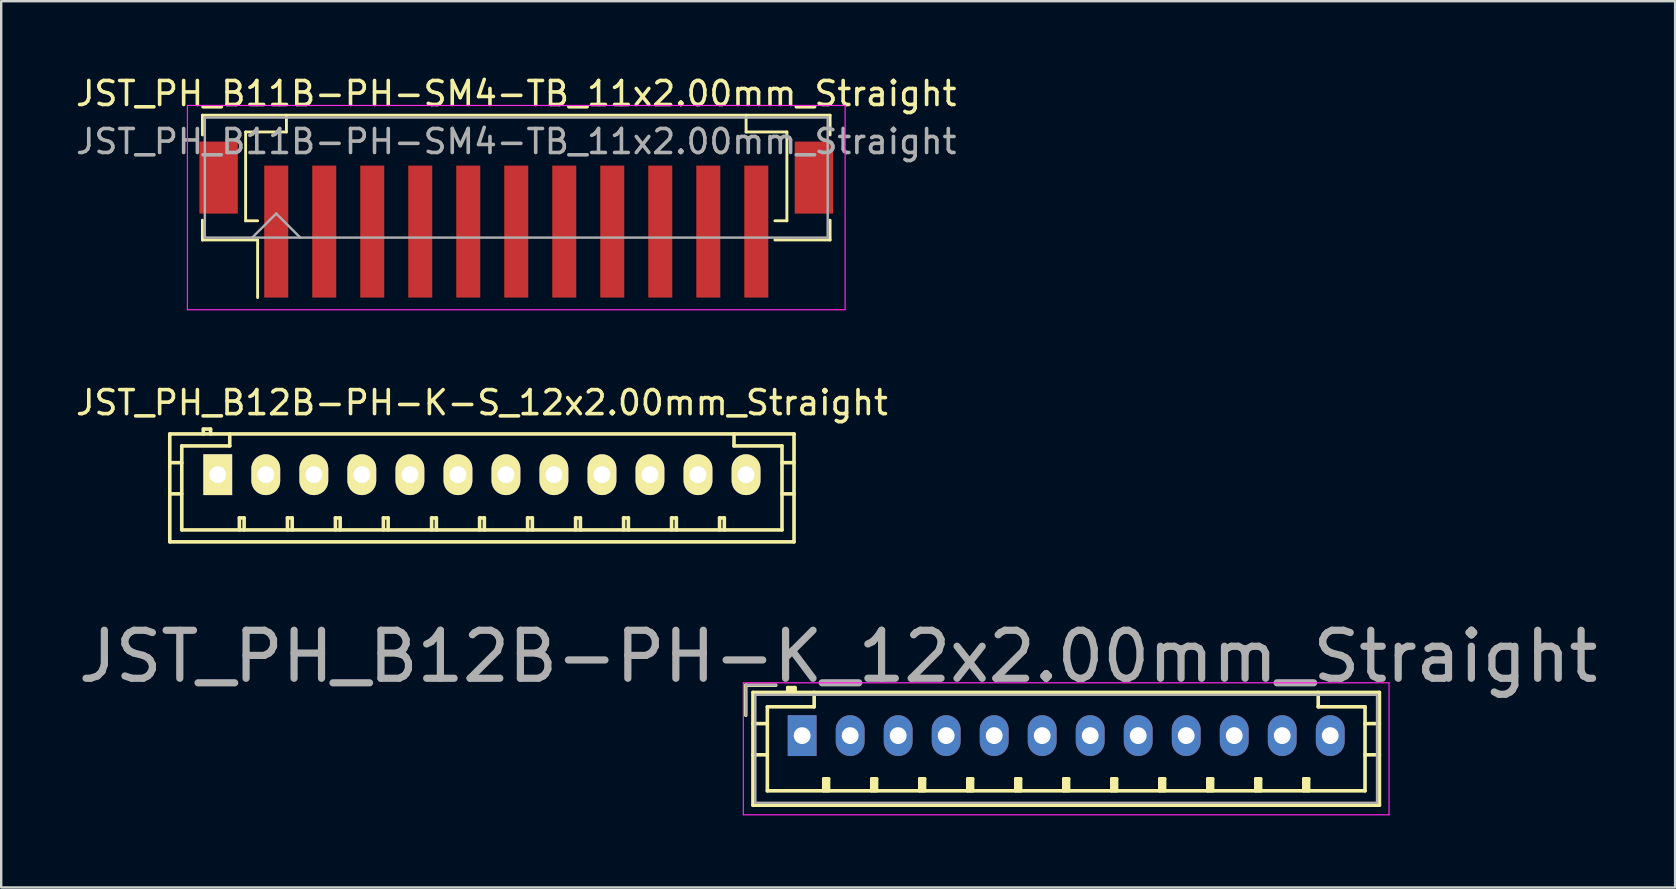
<source format=kicad_pcb>
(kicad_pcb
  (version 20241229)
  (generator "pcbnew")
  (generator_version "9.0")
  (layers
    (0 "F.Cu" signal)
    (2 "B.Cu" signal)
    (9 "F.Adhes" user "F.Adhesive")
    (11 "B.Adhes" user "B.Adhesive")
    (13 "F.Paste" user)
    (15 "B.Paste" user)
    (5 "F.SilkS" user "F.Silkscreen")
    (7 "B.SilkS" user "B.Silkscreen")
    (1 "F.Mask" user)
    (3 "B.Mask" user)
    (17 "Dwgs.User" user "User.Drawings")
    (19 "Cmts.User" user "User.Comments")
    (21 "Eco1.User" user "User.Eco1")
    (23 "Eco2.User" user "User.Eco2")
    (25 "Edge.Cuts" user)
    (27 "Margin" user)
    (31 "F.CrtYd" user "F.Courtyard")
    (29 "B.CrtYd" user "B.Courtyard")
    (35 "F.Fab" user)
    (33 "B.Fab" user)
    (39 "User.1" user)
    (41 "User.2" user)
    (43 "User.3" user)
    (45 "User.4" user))
  (footprint "JST_PH_B11B-PH-SM4-TB_11x2.00mm_Straight"
    (layer "F.Cu")
    (at 18.458 5.473)
    (property "Reference" "JST_PH_B11B-PH-SM4-TB_11x2.00mm_Straight" (at 0 -4.625 0) (layer "F.SilkS") (effects (font (size 1 1) (thickness 0.15))))
    (attr smd)
    (fp_line (start -13.075 -3.725) (end 13.075 -3.725) (stroke (width 0.12) (type solid)) (layer "F.SilkS"))
    (fp_line (start -13.075 -2.9) (end -13.075 -3.725) (stroke (width 0.12) (type solid)) (layer "F.SilkS"))
    (fp_line (start -13.075 0.65) (end -13.075 1.475) (stroke (width 0.12) (type solid)) (layer "F.SilkS"))
    (fp_line (start -13.075 1.475) (end -10.775 1.475) (stroke (width 0.12) (type solid)) (layer "F.SilkS"))
    (fp_line (start -11.275 -3.025) (end -11.275 0.675) (stroke (width 0.12) (type solid)) (layer "F.SilkS"))
    (fp_line (start -11.275 0.675) (end -10.775 0.675) (stroke (width 0.12) (type solid)) (layer "F.SilkS"))
    (fp_line (start -10.775 1.475) (end -10.775 3.875) (stroke (width 0.12) (type solid)) (layer "F.SilkS"))
    (fp_line (start -9.575 -3.725) (end -9.575 -3.025) (stroke (width 0.12) (type solid)) (layer "F.SilkS"))
    (fp_line (start -9.575 -3.025) (end -11.275 -3.025) (stroke (width 0.12) (type solid)) (layer "F.SilkS"))
    (fp_line (start 9.575 -3.725) (end 9.575 -3.025) (stroke (width 0.12) (type solid)) (layer "F.SilkS"))
    (fp_line (start 9.575 -3.025) (end 11.275 -3.025) (stroke (width 0.12) (type solid)) (layer "F.SilkS"))
    (fp_line (start 11.275 -3.025) (end 11.275 0.675) (stroke (width 0.12) (type solid)) (layer "F.SilkS"))
    (fp_line (start 11.275 0.675) (end 10.775 0.675) (stroke (width 0.12) (type solid)) (layer "F.SilkS"))
    (fp_line (start 13.075 -3.725) (end 13.075 -2.9) (stroke (width 0.12) (type solid)) (layer "F.SilkS"))
    (fp_line (start 13.075 0.65) (end 13.075 1.475) (stroke (width 0.12) (type solid)) (layer "F.SilkS"))
    (fp_line (start 13.075 1.475) (end 10.775 1.475) (stroke (width 0.12) (type solid)) (layer "F.SilkS"))
    (fp_line (start -13.7 -4.13) (end -13.7 4.38) (stroke (width 0.05) (type solid)) (layer "F.CrtYd"))
    (fp_line (start -13.7 4.38) (end 13.7 4.38) (stroke (width 0.05) (type solid)) (layer "F.CrtYd"))
    (fp_line (start 13.7 -4.13) (end -13.7 -4.13) (stroke (width 0.05) (type solid)) (layer "F.CrtYd"))
    (fp_line (start 13.7 4.38) (end 13.7 -4.13) (stroke (width 0.05) (type solid)) (layer "F.CrtYd"))
    (fp_line (start -12.975 -3.625) (end -12.975 1.375) (stroke (width 0.1) (type solid)) (layer "F.Fab"))
    (fp_line (start -12.975 1.375) (end 12.975 1.375) (stroke (width 0.1) (type solid)) (layer "F.Fab"))
    (fp_line (start -11 1.375) (end -10 0.375) (stroke (width 0.1) (type solid)) (layer "F.Fab"))
    (fp_line (start -10 0.375) (end -9 1.375) (stroke (width 0.1) (type solid)) (layer "F.Fab"))
    (fp_line (start 12.975 -3.625) (end -12.975 -3.625) (stroke (width 0.1) (type solid)) (layer "F.Fab"))
    (fp_line (start 12.975 1.375) (end 12.975 -3.625) (stroke (width 0.1) (type solid)) (layer "F.Fab"))
    (fp_text user "${REFERENCE}" (at 0 -2.625 0) (layer "F.Fab") (effects (font (size 1 1) (thickness 0.15))))
    (pad "" smd rect (at -12.4 -1.125) (size 1.6 3) (layers "F.Cu" "F.Mask" "F.Paste"))
    (pad "" smd rect (at 12.4 -1.125) (size 1.6 3) (layers "F.Cu" "F.Mask" "F.Paste"))
    (pad "1" smd rect (at -10 1.125) (size 1 5.5) (layers "F.Cu" "F.Mask" "F.Paste"))
    (pad "2" smd rect (at -8 1.125) (size 1 5.5) (layers "F.Cu" "F.Mask" "F.Paste"))
    (pad "3" smd rect (at -6 1.125) (size 1 5.5) (layers "F.Cu" "F.Mask" "F.Paste"))
    (pad "4" smd rect (at -4 1.125) (size 1 5.5) (layers "F.Cu" "F.Mask" "F.Paste"))
    (pad "5" smd rect (at -2 1.125) (size 1 5.5) (layers "F.Cu" "F.Mask" "F.Paste"))
    (pad "6" smd rect (at 0 1.125) (size 1 5.5) (layers "F.Cu" "F.Mask" "F.Paste"))
    (pad "7" smd rect (at 2 1.125) (size 1 5.5) (layers "F.Cu" "F.Mask" "F.Paste"))
    (pad "8" smd rect (at 4 1.125) (size 1 5.5) (layers "F.Cu" "F.Mask" "F.Paste"))
    (pad "9" smd rect (at 6 1.125) (size 1 5.5) (layers "F.Cu" "F.Mask" "F.Paste"))
    (pad "10" smd rect (at 8 1.125) (size 1 5.5) (layers "F.Cu" "F.Mask" "F.Paste"))
    (pad "11" smd rect (at 10 1.125) (size 1 5.5) (layers "F.Cu" "F.Mask" "F.Paste")))
  (footprint "JST_PH_B12B-PH-K-S_12x2.00mm_Straight"
    (layer "F.Cu")
    (at 6.03 16.726)
    (property "Reference" "JST_PH_B12B-PH-K-S_12x2.00mm_Straight" (at 11 -3 0) (layer "F.SilkS") (effects (font (size 1 1) (thickness 0.15))))
    (attr through_hole)
    (fp_line (start -2.007 -1.699) (end -2.007 2.799) (stroke (width 0.15) (type solid)) (layer "F.SilkS"))
    (fp_line (start -2 -1.699) (end 24 -1.699) (stroke (width 0.15) (type solid)) (layer "F.SilkS"))
    (fp_line (start -2 2.799) (end 24 2.799) (stroke (width 0.15) (type solid)) (layer "F.SilkS"))
    (fp_line (start -1.507 -1.199) (end -1.507 2.301) (stroke (width 0.15) (type solid)) (layer "F.SilkS"))
    (fp_line (start -1.507 -0.5) (end -2.007 -0.5) (stroke (width 0.15) (type solid)) (layer "F.SilkS"))
    (fp_line (start -1.507 0.8) (end -2.007 0.8) (stroke (width 0.15) (type solid)) (layer "F.SilkS"))
    (fp_line (start -0.608 -1.9) (end -0.608 -1.699) (stroke (width 0.15) (type solid)) (layer "F.SilkS"))
    (fp_line (start -0.308 -1.9) (end -0.608 -1.9) (stroke (width 0.15) (type solid)) (layer "F.SilkS"))
    (fp_line (start -0.308 -1.699) (end -0.308 -1.9) (stroke (width 0.15) (type solid)) (layer "F.SilkS"))
    (fp_line (start 0.492 -1.699) (end 0.492 -1.199) (stroke (width 0.15) (type solid)) (layer "F.SilkS"))
    (fp_line (start 0.492 -1.199) (end -1.507 -1.199) (stroke (width 0.15) (type solid)) (layer "F.SilkS"))
    (fp_line (start 0.893 1.801) (end 1.091 1.801) (stroke (width 0.15) (type solid)) (layer "F.SilkS"))
    (fp_line (start 0.893 2.301) (end 0.893 1.801) (stroke (width 0.15) (type solid)) (layer "F.SilkS"))
    (fp_line (start 1.091 1.801) (end 1.091 2.301) (stroke (width 0.15) (type solid)) (layer "F.SilkS"))
    (fp_line (start 2.895 1.801) (end 3.093 1.801) (stroke (width 0.15) (type solid)) (layer "F.SilkS"))
    (fp_line (start 2.895 2.301) (end 2.895 1.801) (stroke (width 0.15) (type solid)) (layer "F.SilkS"))
    (fp_line (start 3.093 1.801) (end 3.093 2.301) (stroke (width 0.15) (type solid)) (layer "F.SilkS"))
    (fp_line (start 4.894 1.801) (end 5.092 1.801) (stroke (width 0.15) (type solid)) (layer "F.SilkS"))
    (fp_line (start 4.894 2.301) (end 4.894 1.801) (stroke (width 0.15) (type solid)) (layer "F.SilkS"))
    (fp_line (start 5.092 1.801) (end 5.092 2.301) (stroke (width 0.15) (type solid)) (layer "F.SilkS"))
    (fp_line (start 6.893 1.801) (end 7.091 1.801) (stroke (width 0.15) (type solid)) (layer "F.SilkS"))
    (fp_line (start 6.893 2.301) (end 6.893 1.801) (stroke (width 0.15) (type solid)) (layer "F.SilkS"))
    (fp_line (start 7.091 1.801) (end 7.091 2.301) (stroke (width 0.15) (type solid)) (layer "F.SilkS"))
    (fp_line (start 8.902 1.801) (end 9.1 1.801) (stroke (width 0.15) (type solid)) (layer "F.SilkS"))
    (fp_line (start 8.902 2.301) (end 8.902 1.801) (stroke (width 0.15) (type solid)) (layer "F.SilkS"))
    (fp_line (start 9.1 1.801) (end 9.1 2.301) (stroke (width 0.15) (type solid)) (layer "F.SilkS"))
    (fp_line (start 10.901 1.801) (end 11.099 1.801) (stroke (width 0.15) (type solid)) (layer "F.SilkS"))
    (fp_line (start 10.901 2.301) (end 10.901 1.801) (stroke (width 0.15) (type solid)) (layer "F.SilkS"))
    (fp_line (start 11.099 1.801) (end 11.099 2.301) (stroke (width 0.15) (type solid)) (layer "F.SilkS"))
    (fp_line (start 12.9 1.801) (end 13.098 1.801) (stroke (width 0.15) (type solid)) (layer "F.SilkS"))
    (fp_line (start 12.9 2.301) (end 12.9 1.801) (stroke (width 0.15) (type solid)) (layer "F.SilkS"))
    (fp_line (start 13.098 1.801) (end 13.098 2.301) (stroke (width 0.15) (type solid)) (layer "F.SilkS"))
    (fp_line (start 14.901 1.801) (end 15.1 1.801) (stroke (width 0.15) (type solid)) (layer "F.SilkS"))
    (fp_line (start 14.901 2.301) (end 14.901 1.801) (stroke (width 0.15) (type solid)) (layer "F.SilkS"))
    (fp_line (start 15.1 1.801) (end 15.1 2.301) (stroke (width 0.15) (type solid)) (layer "F.SilkS"))
    (fp_line (start 16.9 1.801) (end 17.099 1.801) (stroke (width 0.15) (type solid)) (layer "F.SilkS"))
    (fp_line (start 16.9 2.301) (end 16.9 1.801) (stroke (width 0.15) (type solid)) (layer "F.SilkS"))
    (fp_line (start 17.099 1.801) (end 17.099 2.301) (stroke (width 0.15) (type solid)) (layer "F.SilkS"))
    (fp_line (start 18.899 1.801) (end 19.098 1.801) (stroke (width 0.15) (type solid)) (layer "F.SilkS"))
    (fp_line (start 18.899 2.301) (end 18.899 1.801) (stroke (width 0.15) (type solid)) (layer "F.SilkS"))
    (fp_line (start 19.098 1.801) (end 19.098 2.301) (stroke (width 0.15) (type solid)) (layer "F.SilkS"))
    (fp_line (start 20.898 1.801) (end 21.096 1.801) (stroke (width 0.15) (type solid)) (layer "F.SilkS"))
    (fp_line (start 20.898 2.301) (end 20.898 1.801) (stroke (width 0.15) (type solid)) (layer "F.SilkS"))
    (fp_line (start 21.096 1.801) (end 21.096 2.301) (stroke (width 0.15) (type solid)) (layer "F.SilkS"))
    (fp_line (start 21.5 -1.199) (end 21.5 -1.699) (stroke (width 0.15) (type solid)) (layer "F.SilkS"))
    (fp_line (start 23.499 -1.199) (end 21.5 -1.199) (stroke (width 0.15) (type solid)) (layer "F.SilkS"))
    (fp_line (start 23.499 0.8) (end 24 0.8) (stroke (width 0.15) (type solid)) (layer "F.SilkS"))
    (fp_line (start 23.499 2.301) (end -1.499 2.301) (stroke (width 0.15) (type solid)) (layer "F.SilkS"))
    (fp_line (start 23.499 2.301) (end 23.499 -1.199) (stroke (width 0.15) (type solid)) (layer "F.SilkS"))
    (fp_line (start 24 -1.699) (end 24 2.799) (stroke (width 0.15) (type solid)) (layer "F.SilkS"))
    (fp_line (start 24 -0.5) (end 23.499 -0.5) (stroke (width 0.15) (type solid)) (layer "F.SilkS"))
    (pad "1" thru_hole rect (at -0.008 0) (size 1.199 1.699) (drill 0.701) (layers "*.Cu" "*.Mask" "F.SilkS"))
    (pad "2" thru_hole oval (at 1.993 0) (size 1.199 1.699) (drill 0.701) (layers "*.Cu" "*.Mask" "F.SilkS"))
    (pad "3" thru_hole oval (at 3.995 0) (size 1.199 1.699) (drill 0.701) (layers "*.Cu" "*.Mask" "F.SilkS"))
    (pad "4" thru_hole oval (at 5.994 0) (size 1.199 1.699) (drill 0.701) (layers "*.Cu" "*.Mask" "F.SilkS"))
    (pad "5" thru_hole oval (at 7.998 0) (size 1.199 1.699) (drill 0.701) (layers "*.Cu" "*.Mask" "F.SilkS"))
    (pad "6" thru_hole oval (at 9.999 0) (size 1.199 1.699) (drill 0.701) (layers "*.Cu" "*.Mask" "F.SilkS"))
    (pad "7" thru_hole oval (at 11.998 0) (size 1.199 1.699) (drill 0.701) (layers "*.Cu" "*.Mask" "F.SilkS"))
    (pad "8" thru_hole oval (at 13.997 0) (size 1.199 1.699) (drill 0.701) (layers "*.Cu" "*.Mask" "F.SilkS"))
    (pad "9" thru_hole oval (at 15.999 0) (size 1.199 1.699) (drill 0.701) (layers "*.Cu" "*.Mask" "F.SilkS"))
    (pad "10" thru_hole oval (at 17.998 0) (size 1.199 1.699) (drill 0.701) (layers "*.Cu" "*.Mask" "F.SilkS"))
    (pad "11" thru_hole oval (at 19.999 0) (size 1.199 1.699) (drill 0.701) (layers "*.Cu" "*.Mask" "F.SilkS"))
    (pad "12" thru_hole oval (at 22.001 0) (size 1.199 1.699) (drill 0.701) (layers "*.Cu" "*.Mask" "F.SilkS")))
  (footprint "JST_PH_B12B-PH-K_12x2.00mm_Straight"
    (layer "F.Cu")
    (at 30.369 27.597)
    (property "Reference" "JST_PH_B12B-PH-K_12x2.00mm_Straight" (at 1.5 -3.3 0) (layer "F.Fab") (effects (font (size 2 2) (thickness 0.3))))
    (attr through_hole)
    (fp_line (start -2.35 -2.1) (end -2.35 -0.85) (stroke (width 0.15) (type solid)) (layer "F.SilkS"))
    (fp_line (start -2.05 -1.8) (end -2.05 2.9) (stroke (width 0.15) (type solid)) (layer "F.SilkS"))
    (fp_line (start -2.05 -0.5) (end -1.45 -0.5) (stroke (width 0.15) (type solid)) (layer "F.SilkS"))
    (fp_line (start -2.05 0.8) (end -1.45 0.8) (stroke (width 0.15) (type solid)) (layer "F.SilkS"))
    (fp_line (start -2.05 2.9) (end 24.05 2.9) (stroke (width 0.15) (type solid)) (layer "F.SilkS"))
    (fp_line (start -1.45 -1.2) (end -1.45 2.3) (stroke (width 0.15) (type solid)) (layer "F.SilkS"))
    (fp_line (start -1.45 2.3) (end 23.45 2.3) (stroke (width 0.15) (type solid)) (layer "F.SilkS"))
    (fp_line (start -1.1 -2.1) (end -2.35 -2.1) (stroke (width 0.15) (type solid)) (layer "F.SilkS"))
    (fp_line (start -0.6 -2) (end -0.6 -1.8) (stroke (width 0.15) (type solid)) (layer "F.SilkS"))
    (fp_line (start -0.3 -2) (end -0.6 -2) (stroke (width 0.15) (type solid)) (layer "F.SilkS"))
    (fp_line (start -0.3 -1.9) (end -0.6 -1.9) (stroke (width 0.15) (type solid)) (layer "F.SilkS"))
    (fp_line (start -0.3 -1.8) (end -0.3 -2) (stroke (width 0.15) (type solid)) (layer "F.SilkS"))
    (fp_line (start 0.5 -1.8) (end 0.5 -1.2) (stroke (width 0.15) (type solid)) (layer "F.SilkS"))
    (fp_line (start 0.5 -1.2) (end -1.45 -1.2) (stroke (width 0.15) (type solid)) (layer "F.SilkS"))
    (fp_line (start 0.9 1.8) (end 1.1 1.8) (stroke (width 0.15) (type solid)) (layer "F.SilkS"))
    (fp_line (start 0.9 2.3) (end 0.9 1.8) (stroke (width 0.15) (type solid)) (layer "F.SilkS"))
    (fp_line (start 1 2.3) (end 1 1.8) (stroke (width 0.15) (type solid)) (layer "F.SilkS"))
    (fp_line (start 1.1 1.8) (end 1.1 2.3) (stroke (width 0.15) (type solid)) (layer "F.SilkS"))
    (fp_line (start 2.9 1.8) (end 3.1 1.8) (stroke (width 0.15) (type solid)) (layer "F.SilkS"))
    (fp_line (start 2.9 2.3) (end 2.9 1.8) (stroke (width 0.15) (type solid)) (layer "F.SilkS"))
    (fp_line (start 3 2.3) (end 3 1.8) (stroke (width 0.15) (type solid)) (layer "F.SilkS"))
    (fp_line (start 3.1 1.8) (end 3.1 2.3) (stroke (width 0.15) (type solid)) (layer "F.SilkS"))
    (fp_line (start 4.9 1.8) (end 5.1 1.8) (stroke (width 0.15) (type solid)) (layer "F.SilkS"))
    (fp_line (start 4.9 2.3) (end 4.9 1.8) (stroke (width 0.15) (type solid)) (layer "F.SilkS"))
    (fp_line (start 5 2.3) (end 5 1.8) (stroke (width 0.15) (type solid)) (layer "F.SilkS"))
    (fp_line (start 5.1 1.8) (end 5.1 2.3) (stroke (width 0.15) (type solid)) (layer "F.SilkS"))
    (fp_line (start 6.9 1.8) (end 7.1 1.8) (stroke (width 0.15) (type solid)) (layer "F.SilkS"))
    (fp_line (start 6.9 2.3) (end 6.9 1.8) (stroke (width 0.15) (type solid)) (layer "F.SilkS"))
    (fp_line (start 7 2.3) (end 7 1.8) (stroke (width 0.15) (type solid)) (layer "F.SilkS"))
    (fp_line (start 7.1 1.8) (end 7.1 2.3) (stroke (width 0.15) (type solid)) (layer "F.SilkS"))
    (fp_line (start 8.9 1.8) (end 9.1 1.8) (stroke (width 0.15) (type solid)) (layer "F.SilkS"))
    (fp_line (start 8.9 2.3) (end 8.9 1.8) (stroke (width 0.15) (type solid)) (layer "F.SilkS"))
    (fp_line (start 9 2.3) (end 9 1.8) (stroke (width 0.15) (type solid)) (layer "F.SilkS"))
    (fp_line (start 9.1 1.8) (end 9.1 2.3) (stroke (width 0.15) (type solid)) (layer "F.SilkS"))
    (fp_line (start 10.9 1.8) (end 11.1 1.8) (stroke (width 0.15) (type solid)) (layer "F.SilkS"))
    (fp_line (start 10.9 2.3) (end 10.9 1.8) (stroke (width 0.15) (type solid)) (layer "F.SilkS"))
    (fp_line (start 11 2.3) (end 11 1.8) (stroke (width 0.15) (type solid)) (layer "F.SilkS"))
    (fp_line (start 11.1 1.8) (end 11.1 2.3) (stroke (width 0.15) (type solid)) (layer "F.SilkS"))
    (fp_line (start 12.9 1.8) (end 13.1 1.8) (stroke (width 0.15) (type solid)) (layer "F.SilkS"))
    (fp_line (start 12.9 2.3) (end 12.9 1.8) (stroke (width 0.15) (type solid)) (layer "F.SilkS"))
    (fp_line (start 13 2.3) (end 13 1.8) (stroke (width 0.15) (type solid)) (layer "F.SilkS"))
    (fp_line (start 13.1 1.8) (end 13.1 2.3) (stroke (width 0.15) (type solid)) (layer "F.SilkS"))
    (fp_line (start 14.9 1.8) (end 15.1 1.8) (stroke (width 0.15) (type solid)) (layer "F.SilkS"))
    (fp_line (start 14.9 2.3) (end 14.9 1.8) (stroke (width 0.15) (type solid)) (layer "F.SilkS"))
    (fp_line (start 15 2.3) (end 15 1.8) (stroke (width 0.15) (type solid)) (layer "F.SilkS"))
    (fp_line (start 15.1 1.8) (end 15.1 2.3) (stroke (width 0.15) (type solid)) (layer "F.SilkS"))
    (fp_line (start 16.9 1.8) (end 17.1 1.8) (stroke (width 0.15) (type solid)) (layer "F.SilkS"))
    (fp_line (start 16.9 2.3) (end 16.9 1.8) (stroke (width 0.15) (type solid)) (layer "F.SilkS"))
    (fp_line (start 17 2.3) (end 17 1.8) (stroke (width 0.15) (type solid)) (layer "F.SilkS"))
    (fp_line (start 17.1 1.8) (end 17.1 2.3) (stroke (width 0.15) (type solid)) (layer "F.SilkS"))
    (fp_line (start 18.9 1.8) (end 19.1 1.8) (stroke (width 0.15) (type solid)) (layer "F.SilkS"))
    (fp_line (start 18.9 2.3) (end 18.9 1.8) (stroke (width 0.15) (type solid)) (layer "F.SilkS"))
    (fp_line (start 19 2.3) (end 19 1.8) (stroke (width 0.15) (type solid)) (layer "F.SilkS"))
    (fp_line (start 19.1 1.8) (end 19.1 2.3) (stroke (width 0.15) (type solid)) (layer "F.SilkS"))
    (fp_line (start 20.9 1.8) (end 21.1 1.8) (stroke (width 0.15) (type solid)) (layer "F.SilkS"))
    (fp_line (start 20.9 2.3) (end 20.9 1.8) (stroke (width 0.15) (type solid)) (layer "F.SilkS"))
    (fp_line (start 21 2.3) (end 21 1.8) (stroke (width 0.15) (type solid)) (layer "F.SilkS"))
    (fp_line (start 21.1 1.8) (end 21.1 2.3) (stroke (width 0.15) (type solid)) (layer "F.SilkS"))
    (fp_line (start 21.5 -1.2) (end 21.5 -1.8) (stroke (width 0.15) (type solid)) (layer "F.SilkS"))
    (fp_line (start 23.45 -1.2) (end 21.5 -1.2) (stroke (width 0.15) (type solid)) (layer "F.SilkS"))
    (fp_line (start 23.45 2.3) (end 23.45 -1.2) (stroke (width 0.15) (type solid)) (layer "F.SilkS"))
    (fp_line (start 24.05 -1.8) (end -2.05 -1.8) (stroke (width 0.15) (type solid)) (layer "F.SilkS"))
    (fp_line (start 24.05 -0.5) (end 23.45 -0.5) (stroke (width 0.15) (type solid)) (layer "F.SilkS"))
    (fp_line (start 24.05 0.8) (end 23.45 0.8) (stroke (width 0.15) (type solid)) (layer "F.SilkS"))
    (fp_line (start 24.05 2.9) (end 24.05 -1.8) (stroke (width 0.15) (type solid)) (layer "F.SilkS"))
    (fp_line (start -2.45 -2.2) (end -2.45 3.3) (stroke (width 0.05) (type solid)) (layer "F.CrtYd"))
    (fp_line (start -2.45 3.3) (end 24.45 3.3) (stroke (width 0.05) (type solid)) (layer "F.CrtYd"))
    (fp_line (start 24.45 -2.2) (end -2.45 -2.2) (stroke (width 0.05) (type solid)) (layer "F.CrtYd"))
    (fp_line (start 24.45 3.3) (end 24.45 -2.2) (stroke (width 0.05) (type solid)) (layer "F.CrtYd"))
    (fp_line (start -2.35 -2.1) (end -2.35 -0.85) (stroke (width 0.1) (type solid)) (layer "F.Fab"))
    (fp_line (start -1.95 -1.7) (end -1.95 2.8) (stroke (width 0.1) (type solid)) (layer "F.Fab"))
    (fp_line (start -1.95 2.8) (end 23.95 2.8) (stroke (width 0.1) (type solid)) (layer "F.Fab"))
    (fp_line (start -1.1 -2.1) (end -2.35 -2.1) (stroke (width 0.1) (type solid)) (layer "F.Fab"))
    (fp_line (start 23.95 -1.7) (end -1.95 -1.7) (stroke (width 0.1) (type solid)) (layer "F.Fab"))
    (fp_line (start 23.95 2.8) (end 23.95 -1.7) (stroke (width 0.1) (type solid)) (layer "F.Fab"))
    (pad "1" thru_hole rect (at 0 0) (size 1.2 1.7) (drill 0.7) (layers "*.Cu" "*.Mask"))
    (pad "2" thru_hole oval (at 2 0) (size 1.2 1.7) (drill 0.7) (layers "*.Cu" "*.Mask"))
    (pad "3" thru_hole oval (at 4 0) (size 1.2 1.7) (drill 0.7) (layers "*.Cu" "*.Mask"))
    (pad "4" thru_hole oval (at 6 0) (size 1.2 1.7) (drill 0.7) (layers "*.Cu" "*.Mask"))
    (pad "5" thru_hole oval (at 8 0) (size 1.2 1.7) (drill 0.7) (layers "*.Cu" "*.Mask"))
    (pad "6" thru_hole oval (at 10 0) (size 1.2 1.7) (drill 0.7) (layers "*.Cu" "*.Mask"))
    (pad "7" thru_hole oval (at 12 0) (size 1.2 1.7) (drill 0.7) (layers "*.Cu" "*.Mask"))
    (pad "8" thru_hole oval (at 14 0) (size 1.2 1.7) (drill 0.7) (layers "*.Cu" "*.Mask"))
    (pad "9" thru_hole oval (at 16 0) (size 1.2 1.7) (drill 0.7) (layers "*.Cu" "*.Mask"))
    (pad "10" thru_hole oval (at 18 0) (size 1.2 1.7) (drill 0.7) (layers "*.Cu" "*.Mask"))
    (pad "11" thru_hole oval (at 20 0) (size 1.2 1.7) (drill 0.7) (layers "*.Cu" "*.Mask"))
    (pad "12" thru_hole oval (at 22 0) (size 1.2 1.7) (drill 0.7) (layers "*.Cu" "*.Mask")))
  (gr_rect
    (start -3 -3)
    (end 66.738 33.922)
    (stroke (width 0.1) (type default))
    (fill no)
    (layer "Edge.Cuts")))
</source>
